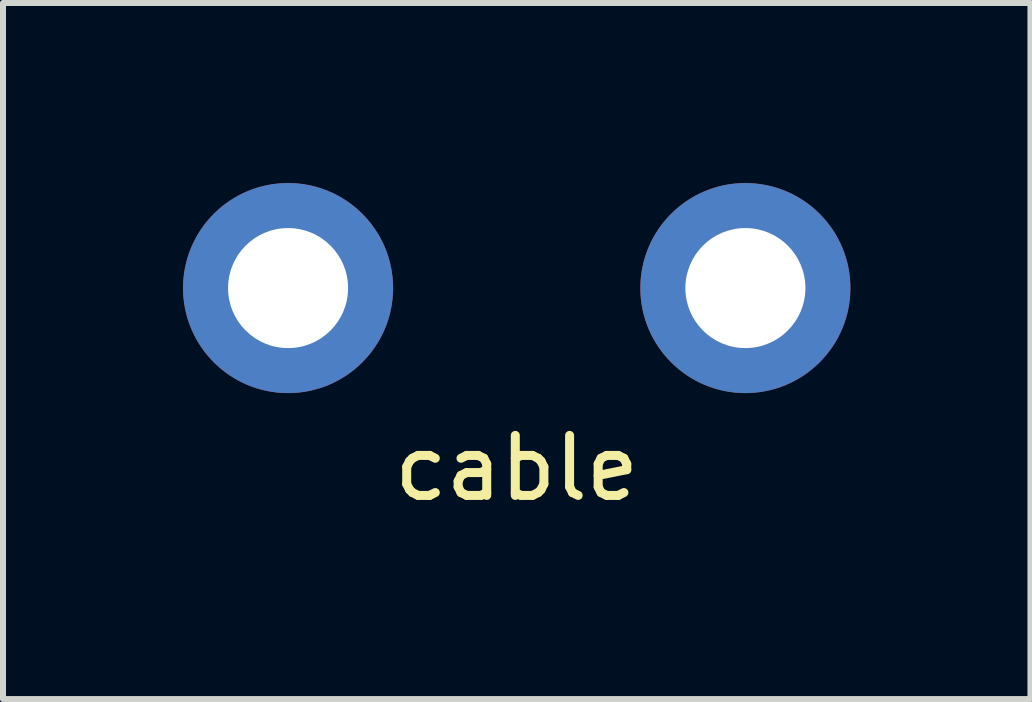
<source format=kicad_pcb>
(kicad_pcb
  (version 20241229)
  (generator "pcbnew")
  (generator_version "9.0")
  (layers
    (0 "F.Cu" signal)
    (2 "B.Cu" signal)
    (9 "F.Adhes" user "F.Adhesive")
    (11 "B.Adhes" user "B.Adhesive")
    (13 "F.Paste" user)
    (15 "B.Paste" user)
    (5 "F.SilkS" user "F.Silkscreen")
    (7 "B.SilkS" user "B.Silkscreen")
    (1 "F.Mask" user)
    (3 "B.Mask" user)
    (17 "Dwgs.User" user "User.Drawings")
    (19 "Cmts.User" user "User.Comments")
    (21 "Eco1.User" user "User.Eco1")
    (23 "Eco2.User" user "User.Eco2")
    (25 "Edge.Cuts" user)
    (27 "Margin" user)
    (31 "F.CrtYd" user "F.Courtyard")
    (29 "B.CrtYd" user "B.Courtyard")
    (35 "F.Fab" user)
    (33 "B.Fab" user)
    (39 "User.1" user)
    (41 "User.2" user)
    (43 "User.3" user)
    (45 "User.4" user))
  (footprint "cable"
    (layer "F.Cu")
    (at 5.56 1.75)
    (property "Reference" "cable" (at 0 3 0) (layer "F.SilkS") (effects (font (size 1 1) (thickness 0.15))))
    (attr through_hole)
    (pad "1" thru_hole circle (at -3.81 0) (size 3.5 3.5) (drill 2) (layers "*.Cu" "*.Mask"))
    (pad "2" thru_hole circle (at 3.81 0) (size 3.5 3.5) (drill 2) (layers "*.Cu" "*.Mask")))
  (gr_rect
    (start -3 -3)
    (end 14.12 8.598)
    (stroke (width 0.1) (type default))
    (fill no)
    (layer "Edge.Cuts")))
</source>
